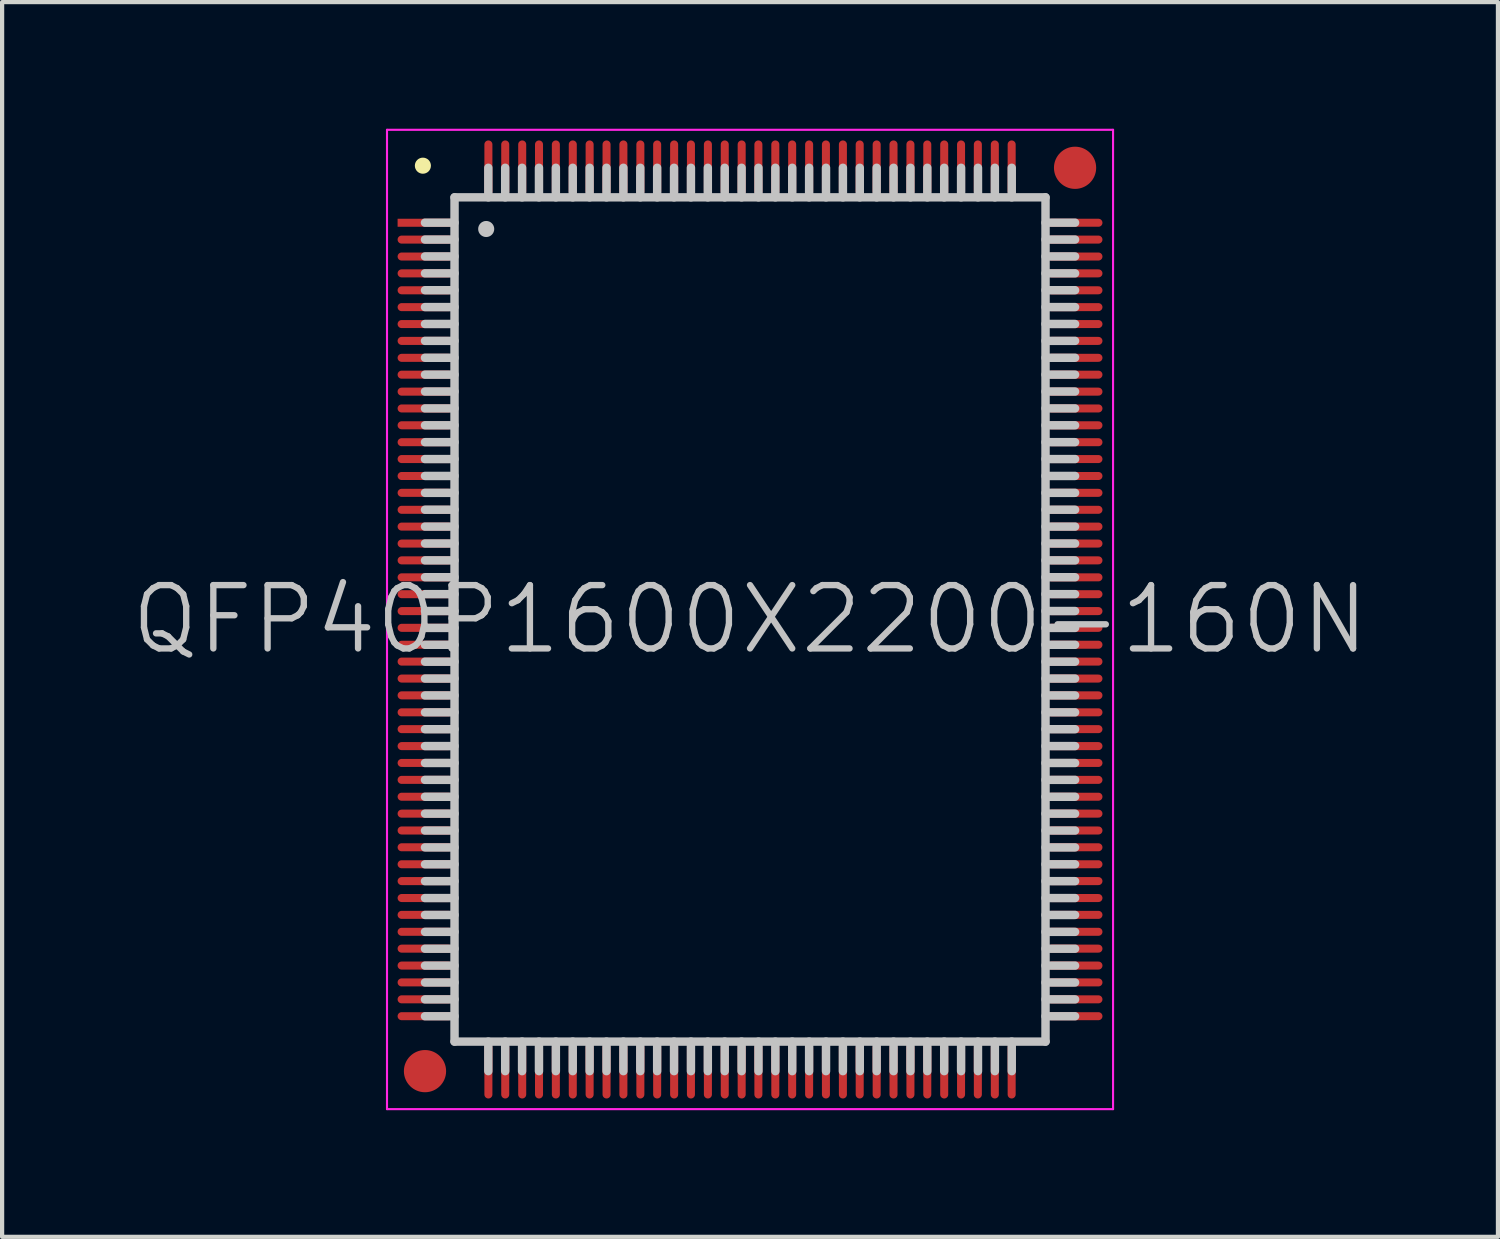
<source format=kicad_pcb>
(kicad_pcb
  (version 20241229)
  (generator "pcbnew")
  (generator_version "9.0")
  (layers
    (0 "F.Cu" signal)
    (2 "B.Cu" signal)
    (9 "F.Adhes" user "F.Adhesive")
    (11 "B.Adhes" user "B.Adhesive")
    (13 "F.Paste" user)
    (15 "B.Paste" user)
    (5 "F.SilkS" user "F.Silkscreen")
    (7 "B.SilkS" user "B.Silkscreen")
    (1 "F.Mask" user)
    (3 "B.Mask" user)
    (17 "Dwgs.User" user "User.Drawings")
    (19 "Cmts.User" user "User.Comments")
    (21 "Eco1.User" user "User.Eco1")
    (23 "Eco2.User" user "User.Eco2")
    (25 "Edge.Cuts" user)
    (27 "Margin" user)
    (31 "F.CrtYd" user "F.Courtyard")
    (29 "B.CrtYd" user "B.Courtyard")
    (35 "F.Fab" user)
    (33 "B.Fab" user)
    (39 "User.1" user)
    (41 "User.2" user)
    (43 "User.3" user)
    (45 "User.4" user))
  (footprint "QFP40P1600X2200-160N"
    (layer "F.Cu")
    (at 14.718 11.625)
    (property "Reference" "QFP40P1600X2200-160N" (at 0 0 0) (layer "Dwgs.User") (effects (font (size 1.5 1.5) (thickness 0.15))))
    (attr smd)
    (fp_line (start -7.75 -10.75) (end -7.75 -10.75) (stroke (width 0.381) (type solid)) (layer "F.SilkS"))
    (fp_line (start -7 -10) (end -7 10) (stroke (width 0.2) (type solid)) (layer "Dwgs.User"))
    (fp_line (start -7 -10) (end 7 -10) (stroke (width 0.2) (type solid)) (layer "Dwgs.User"))
    (fp_line (start -7 -9.4) (end -7.7 -9.4) (stroke (width 0.2) (type solid)) (layer "Dwgs.User"))
    (fp_line (start -7 -9) (end -7.7 -9) (stroke (width 0.2) (type solid)) (layer "Dwgs.User"))
    (fp_line (start -7 -8.6) (end -7.7 -8.6) (stroke (width 0.2) (type solid)) (layer "Dwgs.User"))
    (fp_line (start -7 -8.2) (end -7.7 -8.2) (stroke (width 0.2) (type solid)) (layer "Dwgs.User"))
    (fp_line (start -7 -7.8) (end -7.7 -7.8) (stroke (width 0.2) (type solid)) (layer "Dwgs.User"))
    (fp_line (start -7 -7.4) (end -7.7 -7.4) (stroke (width 0.2) (type solid)) (layer "Dwgs.User"))
    (fp_line (start -7 -7) (end -7.7 -7) (stroke (width 0.2) (type solid)) (layer "Dwgs.User"))
    (fp_line (start -7 -6.6) (end -7.7 -6.6) (stroke (width 0.2) (type solid)) (layer "Dwgs.User"))
    (fp_line (start -7 -6.2) (end -7.7 -6.2) (stroke (width 0.2) (type solid)) (layer "Dwgs.User"))
    (fp_line (start -7 -5.8) (end -7.7 -5.8) (stroke (width 0.2) (type solid)) (layer "Dwgs.User"))
    (fp_line (start -7 -5.4) (end -7.7 -5.4) (stroke (width 0.2) (type solid)) (layer "Dwgs.User"))
    (fp_line (start -7 -5) (end -7.7 -5) (stroke (width 0.2) (type solid)) (layer "Dwgs.User"))
    (fp_line (start -7 -4.6) (end -7.7 -4.6) (stroke (width 0.2) (type solid)) (layer "Dwgs.User"))
    (fp_line (start -7 -4.2) (end -7.7 -4.2) (stroke (width 0.2) (type solid)) (layer "Dwgs.User"))
    (fp_line (start -7 -3.8) (end -7.7 -3.8) (stroke (width 0.2) (type solid)) (layer "Dwgs.User"))
    (fp_line (start -7 -3.4) (end -7.7 -3.4) (stroke (width 0.2) (type solid)) (layer "Dwgs.User"))
    (fp_line (start -7 -3) (end -7.7 -3) (stroke (width 0.2) (type solid)) (layer "Dwgs.User"))
    (fp_line (start -7 -2.6) (end -7.7 -2.6) (stroke (width 0.2) (type solid)) (layer "Dwgs.User"))
    (fp_line (start -7 -2.2) (end -7.7 -2.2) (stroke (width 0.2) (type solid)) (layer "Dwgs.User"))
    (fp_line (start -7 -1.8) (end -7.7 -1.8) (stroke (width 0.2) (type solid)) (layer "Dwgs.User"))
    (fp_line (start -7 -1.4) (end -7.7 -1.4) (stroke (width 0.2) (type solid)) (layer "Dwgs.User"))
    (fp_line (start -7 -1) (end -7.7 -1) (stroke (width 0.2) (type solid)) (layer "Dwgs.User"))
    (fp_line (start -7 -0.6) (end -7.7 -0.6) (stroke (width 0.2) (type solid)) (layer "Dwgs.User"))
    (fp_line (start -7 -0.2) (end -7.7 -0.2) (stroke (width 0.2) (type solid)) (layer "Dwgs.User"))
    (fp_line (start -7 0.2) (end -7.7 0.2) (stroke (width 0.2) (type solid)) (layer "Dwgs.User"))
    (fp_line (start -7 0.6) (end -7.7 0.6) (stroke (width 0.2) (type solid)) (layer "Dwgs.User"))
    (fp_line (start -7 1) (end -7.7 1) (stroke (width 0.2) (type solid)) (layer "Dwgs.User"))
    (fp_line (start -7 1.4) (end -7.7 1.4) (stroke (width 0.2) (type solid)) (layer "Dwgs.User"))
    (fp_line (start -7 1.8) (end -7.7 1.8) (stroke (width 0.2) (type solid)) (layer "Dwgs.User"))
    (fp_line (start -7 2.2) (end -7.7 2.2) (stroke (width 0.2) (type solid)) (layer "Dwgs.User"))
    (fp_line (start -7 2.6) (end -7.7 2.6) (stroke (width 0.2) (type solid)) (layer "Dwgs.User"))
    (fp_line (start -7 3) (end -7.7 3) (stroke (width 0.2) (type solid)) (layer "Dwgs.User"))
    (fp_line (start -7 3.4) (end -7.7 3.4) (stroke (width 0.2) (type solid)) (layer "Dwgs.User"))
    (fp_line (start -7 3.8) (end -7.7 3.8) (stroke (width 0.2) (type solid)) (layer "Dwgs.User"))
    (fp_line (start -7 4.2) (end -7.7 4.2) (stroke (width 0.2) (type solid)) (layer "Dwgs.User"))
    (fp_line (start -7 4.6) (end -7.7 4.6) (stroke (width 0.2) (type solid)) (layer "Dwgs.User"))
    (fp_line (start -7 5) (end -7.7 5) (stroke (width 0.2) (type solid)) (layer "Dwgs.User"))
    (fp_line (start -7 5.4) (end -7.7 5.4) (stroke (width 0.2) (type solid)) (layer "Dwgs.User"))
    (fp_line (start -7 5.8) (end -7.7 5.8) (stroke (width 0.2) (type solid)) (layer "Dwgs.User"))
    (fp_line (start -7 6.2) (end -7.7 6.2) (stroke (width 0.2) (type solid)) (layer "Dwgs.User"))
    (fp_line (start -7 6.6) (end -7.7 6.6) (stroke (width 0.2) (type solid)) (layer "Dwgs.User"))
    (fp_line (start -7 7) (end -7.7 7) (stroke (width 0.2) (type solid)) (layer "Dwgs.User"))
    (fp_line (start -7 7.4) (end -7.7 7.4) (stroke (width 0.2) (type solid)) (layer "Dwgs.User"))
    (fp_line (start -7 7.8) (end -7.7 7.8) (stroke (width 0.2) (type solid)) (layer "Dwgs.User"))
    (fp_line (start -7 8.2) (end -7.7 8.2) (stroke (width 0.2) (type solid)) (layer "Dwgs.User"))
    (fp_line (start -7 8.6) (end -7.7 8.6) (stroke (width 0.2) (type solid)) (layer "Dwgs.User"))
    (fp_line (start -7 9) (end -7.7 9) (stroke (width 0.2) (type solid)) (layer "Dwgs.User"))
    (fp_line (start -7 9.4) (end -7.7 9.4) (stroke (width 0.2) (type solid)) (layer "Dwgs.User"))
    (fp_line (start -7 10) (end 7 10) (stroke (width 0.2) (type solid)) (layer "Dwgs.User"))
    (fp_line (start -6.25 -9.25) (end -6.25 -9.25) (stroke (width 0.381) (type solid)) (layer "Dwgs.User"))
    (fp_line (start -6.2 -10) (end -6.2 -10.7) (stroke (width 0.2) (type solid)) (layer "Dwgs.User"))
    (fp_line (start -6.2 10.7) (end -6.2 10) (stroke (width 0.2) (type solid)) (layer "Dwgs.User"))
    (fp_line (start -5.8 -10) (end -5.8 -10.7) (stroke (width 0.2) (type solid)) (layer "Dwgs.User"))
    (fp_line (start -5.8 10.7) (end -5.8 10) (stroke (width 0.2) (type solid)) (layer "Dwgs.User"))
    (fp_line (start -5.4 -10) (end -5.4 -10.7) (stroke (width 0.2) (type solid)) (layer "Dwgs.User"))
    (fp_line (start -5.4 10.7) (end -5.4 10) (stroke (width 0.2) (type solid)) (layer "Dwgs.User"))
    (fp_line (start -5 -10) (end -5 -10.7) (stroke (width 0.2) (type solid)) (layer "Dwgs.User"))
    (fp_line (start -5 10.7) (end -5 10) (stroke (width 0.2) (type solid)) (layer "Dwgs.User"))
    (fp_line (start -4.6 -10) (end -4.6 -10.7) (stroke (width 0.2) (type solid)) (layer "Dwgs.User"))
    (fp_line (start -4.6 10.7) (end -4.6 10) (stroke (width 0.2) (type solid)) (layer "Dwgs.User"))
    (fp_line (start -4.2 -10) (end -4.2 -10.7) (stroke (width 0.2) (type solid)) (layer "Dwgs.User"))
    (fp_line (start -4.2 10.7) (end -4.2 10) (stroke (width 0.2) (type solid)) (layer "Dwgs.User"))
    (fp_line (start -3.8 -10) (end -3.8 -10.7) (stroke (width 0.2) (type solid)) (layer "Dwgs.User"))
    (fp_line (start -3.8 10.7) (end -3.8 10) (stroke (width 0.2) (type solid)) (layer "Dwgs.User"))
    (fp_line (start -3.4 -10) (end -3.4 -10.7) (stroke (width 0.2) (type solid)) (layer "Dwgs.User"))
    (fp_line (start -3.4 10.7) (end -3.4 10) (stroke (width 0.2) (type solid)) (layer "Dwgs.User"))
    (fp_line (start -3 -10) (end -3 -10.7) (stroke (width 0.2) (type solid)) (layer "Dwgs.User"))
    (fp_line (start -3 10.7) (end -3 10) (stroke (width 0.2) (type solid)) (layer "Dwgs.User"))
    (fp_line (start -2.6 -10) (end -2.6 -10.7) (stroke (width 0.2) (type solid)) (layer "Dwgs.User"))
    (fp_line (start -2.6 10.7) (end -2.6 10) (stroke (width 0.2) (type solid)) (layer "Dwgs.User"))
    (fp_line (start -2.2 -10) (end -2.2 -10.7) (stroke (width 0.2) (type solid)) (layer "Dwgs.User"))
    (fp_line (start -2.2 10.7) (end -2.2 10) (stroke (width 0.2) (type solid)) (layer "Dwgs.User"))
    (fp_line (start -1.8 -10) (end -1.8 -10.7) (stroke (width 0.2) (type solid)) (layer "Dwgs.User"))
    (fp_line (start -1.8 10.7) (end -1.8 10) (stroke (width 0.2) (type solid)) (layer "Dwgs.User"))
    (fp_line (start -1.4 -10) (end -1.4 -10.7) (stroke (width 0.2) (type solid)) (layer "Dwgs.User"))
    (fp_line (start -1.4 10.7) (end -1.4 10) (stroke (width 0.2) (type solid)) (layer "Dwgs.User"))
    (fp_line (start -1 -10) (end -1 -10.7) (stroke (width 0.2) (type solid)) (layer "Dwgs.User"))
    (fp_line (start -1 10.7) (end -1 10) (stroke (width 0.2) (type solid)) (layer "Dwgs.User"))
    (fp_line (start -0.6 -10) (end -0.6 -10.7) (stroke (width 0.2) (type solid)) (layer "Dwgs.User"))
    (fp_line (start -0.6 10.7) (end -0.6 10) (stroke (width 0.2) (type solid)) (layer "Dwgs.User"))
    (fp_line (start -0.2 -10) (end -0.2 -10.7) (stroke (width 0.2) (type solid)) (layer "Dwgs.User"))
    (fp_line (start -0.2 10.7) (end -0.2 10) (stroke (width 0.2) (type solid)) (layer "Dwgs.User"))
    (fp_line (start 0.2 -10) (end 0.2 -10.7) (stroke (width 0.2) (type solid)) (layer "Dwgs.User"))
    (fp_line (start 0.2 10.7) (end 0.2 10) (stroke (width 0.2) (type solid)) (layer "Dwgs.User"))
    (fp_line (start 0.6 -10) (end 0.6 -10.7) (stroke (width 0.2) (type solid)) (layer "Dwgs.User"))
    (fp_line (start 0.6 10.7) (end 0.6 10) (stroke (width 0.2) (type solid)) (layer "Dwgs.User"))
    (fp_line (start 1 -10) (end 1 -10.7) (stroke (width 0.2) (type solid)) (layer "Dwgs.User"))
    (fp_line (start 1 10.7) (end 1 10) (stroke (width 0.2) (type solid)) (layer "Dwgs.User"))
    (fp_line (start 1.4 -10) (end 1.4 -10.7) (stroke (width 0.2) (type solid)) (layer "Dwgs.User"))
    (fp_line (start 1.4 10.7) (end 1.4 10) (stroke (width 0.2) (type solid)) (layer "Dwgs.User"))
    (fp_line (start 1.8 -10) (end 1.8 -10.7) (stroke (width 0.2) (type solid)) (layer "Dwgs.User"))
    (fp_line (start 1.8 10.7) (end 1.8 10) (stroke (width 0.2) (type solid)) (layer "Dwgs.User"))
    (fp_line (start 2.2 -10) (end 2.2 -10.7) (stroke (width 0.2) (type solid)) (layer "Dwgs.User"))
    (fp_line (start 2.2 10.7) (end 2.2 10) (stroke (width 0.2) (type solid)) (layer "Dwgs.User"))
    (fp_line (start 2.6 -10) (end 2.6 -10.7) (stroke (width 0.2) (type solid)) (layer "Dwgs.User"))
    (fp_line (start 2.6 10.7) (end 2.6 10) (stroke (width 0.2) (type solid)) (layer "Dwgs.User"))
    (fp_line (start 3 -10) (end 3 -10.7) (stroke (width 0.2) (type solid)) (layer "Dwgs.User"))
    (fp_line (start 3 10.7) (end 3 10) (stroke (width 0.2) (type solid)) (layer "Dwgs.User"))
    (fp_line (start 3.4 -10) (end 3.4 -10.7) (stroke (width 0.2) (type solid)) (layer "Dwgs.User"))
    (fp_line (start 3.4 10.7) (end 3.4 10) (stroke (width 0.2) (type solid)) (layer "Dwgs.User"))
    (fp_line (start 3.8 -10) (end 3.8 -10.7) (stroke (width 0.2) (type solid)) (layer "Dwgs.User"))
    (fp_line (start 3.8 10.7) (end 3.8 10) (stroke (width 0.2) (type solid)) (layer "Dwgs.User"))
    (fp_line (start 4.2 -10) (end 4.2 -10.7) (stroke (width 0.2) (type solid)) (layer "Dwgs.User"))
    (fp_line (start 4.2 10.7) (end 4.2 10) (stroke (width 0.2) (type solid)) (layer "Dwgs.User"))
    (fp_line (start 4.6 -10) (end 4.6 -10.7) (stroke (width 0.2) (type solid)) (layer "Dwgs.User"))
    (fp_line (start 4.6 10.7) (end 4.6 10) (stroke (width 0.2) (type solid)) (layer "Dwgs.User"))
    (fp_line (start 5 -10) (end 5 -10.7) (stroke (width 0.2) (type solid)) (layer "Dwgs.User"))
    (fp_line (start 5 10.7) (end 5 10) (stroke (width 0.2) (type solid)) (layer "Dwgs.User"))
    (fp_line (start 5.4 -10) (end 5.4 -10.7) (stroke (width 0.2) (type solid)) (layer "Dwgs.User"))
    (fp_line (start 5.4 10.7) (end 5.4 10) (stroke (width 0.2) (type solid)) (layer "Dwgs.User"))
    (fp_line (start 5.8 -10) (end 5.8 -10.7) (stroke (width 0.2) (type solid)) (layer "Dwgs.User"))
    (fp_line (start 5.8 10.7) (end 5.8 10) (stroke (width 0.2) (type solid)) (layer "Dwgs.User"))
    (fp_line (start 6.2 -10) (end 6.2 -10.7) (stroke (width 0.2) (type solid)) (layer "Dwgs.User"))
    (fp_line (start 6.2 10.7) (end 6.2 10) (stroke (width 0.2) (type solid)) (layer "Dwgs.User"))
    (fp_line (start 7 -10) (end 7 10) (stroke (width 0.2) (type solid)) (layer "Dwgs.User"))
    (fp_line (start 7.7 -9.4) (end 7 -9.4) (stroke (width 0.2) (type solid)) (layer "Dwgs.User"))
    (fp_line (start 7.7 -9) (end 7 -9) (stroke (width 0.2) (type solid)) (layer "Dwgs.User"))
    (fp_line (start 7.7 -8.6) (end 7 -8.6) (stroke (width 0.2) (type solid)) (layer "Dwgs.User"))
    (fp_line (start 7.7 -8.2) (end 7 -8.2) (stroke (width 0.2) (type solid)) (layer "Dwgs.User"))
    (fp_line (start 7.7 -7.8) (end 7 -7.8) (stroke (width 0.2) (type solid)) (layer "Dwgs.User"))
    (fp_line (start 7.7 -7.4) (end 7 -7.4) (stroke (width 0.2) (type solid)) (layer "Dwgs.User"))
    (fp_line (start 7.7 -7) (end 7 -7) (stroke (width 0.2) (type solid)) (layer "Dwgs.User"))
    (fp_line (start 7.7 -6.6) (end 7 -6.6) (stroke (width 0.2) (type solid)) (layer "Dwgs.User"))
    (fp_line (start 7.7 -6.2) (end 7 -6.2) (stroke (width 0.2) (type solid)) (layer "Dwgs.User"))
    (fp_line (start 7.7 -5.8) (end 7 -5.8) (stroke (width 0.2) (type solid)) (layer "Dwgs.User"))
    (fp_line (start 7.7 -5.4) (end 7 -5.4) (stroke (width 0.2) (type solid)) (layer "Dwgs.User"))
    (fp_line (start 7.7 -5) (end 7 -5) (stroke (width 0.2) (type solid)) (layer "Dwgs.User"))
    (fp_line (start 7.7 -4.6) (end 7 -4.6) (stroke (width 0.2) (type solid)) (layer "Dwgs.User"))
    (fp_line (start 7.7 -4.2) (end 7 -4.2) (stroke (width 0.2) (type solid)) (layer "Dwgs.User"))
    (fp_line (start 7.7 -3.8) (end 7 -3.8) (stroke (width 0.2) (type solid)) (layer "Dwgs.User"))
    (fp_line (start 7.7 -3.4) (end 7 -3.4) (stroke (width 0.2) (type solid)) (layer "Dwgs.User"))
    (fp_line (start 7.7 -3) (end 7 -3) (stroke (width 0.2) (type solid)) (layer "Dwgs.User"))
    (fp_line (start 7.7 -2.6) (end 7 -2.6) (stroke (width 0.2) (type solid)) (layer "Dwgs.User"))
    (fp_line (start 7.7 -2.2) (end 7 -2.2) (stroke (width 0.2) (type solid)) (layer "Dwgs.User"))
    (fp_line (start 7.7 -1.8) (end 7 -1.8) (stroke (width 0.2) (type solid)) (layer "Dwgs.User"))
    (fp_line (start 7.7 -1.4) (end 7 -1.4) (stroke (width 0.2) (type solid)) (layer "Dwgs.User"))
    (fp_line (start 7.7 -1) (end 7 -1) (stroke (width 0.2) (type solid)) (layer "Dwgs.User"))
    (fp_line (start 7.7 -0.6) (end 7 -0.6) (stroke (width 0.2) (type solid)) (layer "Dwgs.User"))
    (fp_line (start 7.7 -0.2) (end 7 -0.2) (stroke (width 0.2) (type solid)) (layer "Dwgs.User"))
    (fp_line (start 7.7 0.2) (end 7 0.2) (stroke (width 0.2) (type solid)) (layer "Dwgs.User"))
    (fp_line (start 7.7 0.6) (end 7 0.6) (stroke (width 0.2) (type solid)) (layer "Dwgs.User"))
    (fp_line (start 7.7 1) (end 7 1) (stroke (width 0.2) (type solid)) (layer "Dwgs.User"))
    (fp_line (start 7.7 1.4) (end 7 1.4) (stroke (width 0.2) (type solid)) (layer "Dwgs.User"))
    (fp_line (start 7.7 1.8) (end 7 1.8) (stroke (width 0.2) (type solid)) (layer "Dwgs.User"))
    (fp_line (start 7.7 2.2) (end 7 2.2) (stroke (width 0.2) (type solid)) (layer "Dwgs.User"))
    (fp_line (start 7.7 2.6) (end 7 2.6) (stroke (width 0.2) (type solid)) (layer "Dwgs.User"))
    (fp_line (start 7.7 3) (end 7 3) (stroke (width 0.2) (type solid)) (layer "Dwgs.User"))
    (fp_line (start 7.7 3.4) (end 7 3.4) (stroke (width 0.2) (type solid)) (layer "Dwgs.User"))
    (fp_line (start 7.7 3.8) (end 7 3.8) (stroke (width 0.2) (type solid)) (layer "Dwgs.User"))
    (fp_line (start 7.7 4.2) (end 7 4.2) (stroke (width 0.2) (type solid)) (layer "Dwgs.User"))
    (fp_line (start 7.7 4.6) (end 7 4.6) (stroke (width 0.2) (type solid)) (layer "Dwgs.User"))
    (fp_line (start 7.7 5) (end 7 5) (stroke (width 0.2) (type solid)) (layer "Dwgs.User"))
    (fp_line (start 7.7 5.4) (end 7 5.4) (stroke (width 0.2) (type solid)) (layer "Dwgs.User"))
    (fp_line (start 7.7 5.8) (end 7 5.8) (stroke (width 0.2) (type solid)) (layer "Dwgs.User"))
    (fp_line (start 7.7 6.2) (end 7 6.2) (stroke (width 0.2) (type solid)) (layer "Dwgs.User"))
    (fp_line (start 7.7 6.6) (end 7 6.6) (stroke (width 0.2) (type solid)) (layer "Dwgs.User"))
    (fp_line (start 7.7 7) (end 7 7) (stroke (width 0.2) (type solid)) (layer "Dwgs.User"))
    (fp_line (start 7.7 7.4) (end 7 7.4) (stroke (width 0.2) (type solid)) (layer "Dwgs.User"))
    (fp_line (start 7.7 7.8) (end 7 7.8) (stroke (width 0.2) (type solid)) (layer "Dwgs.User"))
    (fp_line (start 7.7 8.2) (end 7 8.2) (stroke (width 0.2) (type solid)) (layer "Dwgs.User"))
    (fp_line (start 7.7 8.6) (end 7 8.6) (stroke (width 0.2) (type solid)) (layer "Dwgs.User"))
    (fp_line (start 7.7 9) (end 7 9) (stroke (width 0.2) (type solid)) (layer "Dwgs.User"))
    (fp_line (start 7.7 9.4) (end 7 9.4) (stroke (width 0.2) (type solid)) (layer "Dwgs.User"))
    (fp_line (start -8.6 -11.6) (end -8.6 11.6) (stroke (width 0.05) (type solid)) (layer "F.CrtYd"))
    (fp_line (start -8.6 -11.6) (end 8.6 -11.6) (stroke (width 0.05) (type solid)) (layer "F.CrtYd"))
    (fp_line (start -8.6 11.6) (end 8.6 11.6) (stroke (width 0.05) (type solid)) (layer "F.CrtYd"))
    (fp_line (start 8.6 -11.6) (end 8.6 11.6) (stroke (width 0.05) (type solid)) (layer "F.CrtYd"))
    (pad "" smd circle (at -7.7 10.7) (size 1 1) (layers "F.Cu" "F.Mask"))
    (pad "" smd circle (at 7.7 -10.7) (size 1 1) (layers "F.Cu" "F.Mask"))
    (pad "1" smd rect (at -7.699 -9.398 90) (size 0.19 1.3) (layers "F.Cu" "F.Mask" "F.Paste"))
    (pad "2" smd oval (at -7.699 -8.999 90) (size 0.19 1.3) (layers "F.Cu" "F.Mask" "F.Paste"))
    (pad "3" smd oval (at -7.699 -8.598 90) (size 0.19 1.3) (layers "F.Cu" "F.Mask" "F.Paste"))
    (pad "4" smd oval (at -7.699 -8.199 90) (size 0.19 1.3) (layers "F.Cu" "F.Mask" "F.Paste"))
    (pad "5" smd oval (at -7.699 -7.798 90) (size 0.19 1.3) (layers "F.Cu" "F.Mask" "F.Paste"))
    (pad "6" smd oval (at -7.699 -7.399 90) (size 0.19 1.3) (layers "F.Cu" "F.Mask" "F.Paste"))
    (pad "7" smd oval (at -7.699 -6.998 90) (size 0.19 1.3) (layers "F.Cu" "F.Mask" "F.Paste"))
    (pad "8" smd oval (at -7.699 -6.599 90) (size 0.19 1.3) (layers "F.Cu" "F.Mask" "F.Paste"))
    (pad "9" smd oval (at -7.699 -6.198 90) (size 0.19 1.3) (layers "F.Cu" "F.Mask" "F.Paste"))
    (pad "10" smd oval (at -7.699 -5.799 90) (size 0.19 1.3) (layers "F.Cu" "F.Mask" "F.Paste"))
    (pad "11" smd oval (at -7.699 -5.397 90) (size 0.19 1.3) (layers "F.Cu" "F.Mask" "F.Paste"))
    (pad "12" smd oval (at -7.699 -4.999 90) (size 0.19 1.3) (layers "F.Cu" "F.Mask" "F.Paste"))
    (pad "13" smd oval (at -7.699 -4.6 90) (size 0.19 1.3) (layers "F.Cu" "F.Mask" "F.Paste"))
    (pad "14" smd oval (at -7.699 -4.199 90) (size 0.19 1.3) (layers "F.Cu" "F.Mask" "F.Paste"))
    (pad "15" smd oval (at -7.699 -3.8 90) (size 0.19 1.3) (layers "F.Cu" "F.Mask" "F.Paste"))
    (pad "16" smd oval (at -7.699 -3.399 90) (size 0.19 1.3) (layers "F.Cu" "F.Mask" "F.Paste"))
    (pad "17" smd oval (at -7.699 -3 90) (size 0.19 1.3) (layers "F.Cu" "F.Mask" "F.Paste"))
    (pad "18" smd oval (at -7.699 -2.598 90) (size 0.19 1.3) (layers "F.Cu" "F.Mask" "F.Paste"))
    (pad "19" smd oval (at -7.699 -2.2 90) (size 0.19 1.3) (layers "F.Cu" "F.Mask" "F.Paste"))
    (pad "20" smd oval (at -7.699 -1.798 90) (size 0.19 1.3) (layers "F.Cu" "F.Mask" "F.Paste"))
    (pad "21" smd oval (at -7.699 -1.4 90) (size 0.19 1.3) (layers "F.Cu" "F.Mask" "F.Paste"))
    (pad "22" smd oval (at -7.699 -0.998 90) (size 0.19 1.3) (layers "F.Cu" "F.Mask" "F.Paste"))
    (pad "23" smd oval (at -7.699 -0.599 90) (size 0.19 1.3) (layers "F.Cu" "F.Mask" "F.Paste"))
    (pad "24" smd oval (at -7.699 -0.198 90) (size 0.19 1.3) (layers "F.Cu" "F.Mask" "F.Paste"))
    (pad "25" smd oval (at -7.699 0.198 90) (size 0.19 1.3) (layers "F.Cu" "F.Mask" "F.Paste"))
    (pad "26" smd oval (at -7.699 0.599 90) (size 0.19 1.3) (layers "F.Cu" "F.Mask" "F.Paste"))
    (pad "27" smd oval (at -7.699 0.998 90) (size 0.19 1.3) (layers "F.Cu" "F.Mask" "F.Paste"))
    (pad "28" smd oval (at -7.699 1.4 90) (size 0.19 1.3) (layers "F.Cu" "F.Mask" "F.Paste"))
    (pad "29" smd oval (at -7.699 1.798 90) (size 0.19 1.3) (layers "F.Cu" "F.Mask" "F.Paste"))
    (pad "30" smd oval (at -7.699 2.2 90) (size 0.19 1.3) (layers "F.Cu" "F.Mask" "F.Paste"))
    (pad "31" smd oval (at -7.699 2.598 90) (size 0.19 1.3) (layers "F.Cu" "F.Mask" "F.Paste"))
    (pad "32" smd oval (at -7.699 3 90) (size 0.19 1.3) (layers "F.Cu" "F.Mask" "F.Paste"))
    (pad "33" smd oval (at -7.699 3.399 90) (size 0.19 1.3) (layers "F.Cu" "F.Mask" "F.Paste"))
    (pad "34" smd oval (at -7.699 3.8 90) (size 0.19 1.3) (layers "F.Cu" "F.Mask" "F.Paste"))
    (pad "35" smd oval (at -7.699 4.199 90) (size 0.19 1.3) (layers "F.Cu" "F.Mask" "F.Paste"))
    (pad "36" smd oval (at -7.699 4.6 90) (size 0.19 1.3) (layers "F.Cu" "F.Mask" "F.Paste"))
    (pad "37" smd oval (at -7.699 4.999 90) (size 0.19 1.3) (layers "F.Cu" "F.Mask" "F.Paste"))
    (pad "38" smd oval (at -7.699 5.397 90) (size 0.19 1.3) (layers "F.Cu" "F.Mask" "F.Paste"))
    (pad "39" smd oval (at -7.699 5.799 90) (size 0.19 1.3) (layers "F.Cu" "F.Mask" "F.Paste"))
    (pad "40" smd oval (at -7.699 6.198 90) (size 0.19 1.3) (layers "F.Cu" "F.Mask" "F.Paste"))
    (pad "41" smd oval (at -7.699 6.599 90) (size 0.19 1.3) (layers "F.Cu" "F.Mask" "F.Paste"))
    (pad "42" smd oval (at -7.699 6.998 90) (size 0.19 1.3) (layers "F.Cu" "F.Mask" "F.Paste"))
    (pad "43" smd oval (at -7.699 7.399 90) (size 0.19 1.3) (layers "F.Cu" "F.Mask" "F.Paste"))
    (pad "44" smd oval (at -7.699 7.798 90) (size 0.19 1.3) (layers "F.Cu" "F.Mask" "F.Paste"))
    (pad "45" smd oval (at -7.699 8.199 90) (size 0.19 1.3) (layers "F.Cu" "F.Mask" "F.Paste"))
    (pad "46" smd oval (at -7.699 8.598 90) (size 0.19 1.3) (layers "F.Cu" "F.Mask" "F.Paste"))
    (pad "47" smd oval (at -7.699 8.999 90) (size 0.19 1.3) (layers "F.Cu" "F.Mask" "F.Paste"))
    (pad "48" smd oval (at -7.699 9.398 90) (size 0.19 1.3) (layers "F.Cu" "F.Mask" "F.Paste"))
    (pad "49" smd oval (at -6.198 10.698 180) (size 0.19 1.3) (layers "F.Cu" "F.Mask" "F.Paste"))
    (pad "50" smd oval (at -5.799 10.698 180) (size 0.19 1.3) (layers "F.Cu" "F.Mask" "F.Paste"))
    (pad "51" smd oval (at -5.397 10.698 180) (size 0.19 1.3) (layers "F.Cu" "F.Mask" "F.Paste"))
    (pad "52" smd oval (at -4.999 10.698 180) (size 0.19 1.3) (layers "F.Cu" "F.Mask" "F.Paste"))
    (pad "53" smd oval (at -4.6 10.698 180) (size 0.19 1.3) (layers "F.Cu" "F.Mask" "F.Paste"))
    (pad "54" smd oval (at -4.199 10.698 180) (size 0.19 1.3) (layers "F.Cu" "F.Mask" "F.Paste"))
    (pad "55" smd oval (at -3.8 10.698 180) (size 0.19 1.3) (layers "F.Cu" "F.Mask" "F.Paste"))
    (pad "56" smd oval (at -3.399 10.698 180) (size 0.19 1.3) (layers "F.Cu" "F.Mask" "F.Paste"))
    (pad "57" smd oval (at -3 10.698 180) (size 0.19 1.3) (layers "F.Cu" "F.Mask" "F.Paste"))
    (pad "58" smd oval (at -2.598 10.698 180) (size 0.19 1.3) (layers "F.Cu" "F.Mask" "F.Paste"))
    (pad "59" smd oval (at -2.2 10.698 180) (size 0.19 1.3) (layers "F.Cu" "F.Mask" "F.Paste"))
    (pad "60" smd oval (at -1.798 10.698 180) (size 0.19 1.3) (layers "F.Cu" "F.Mask" "F.Paste"))
    (pad "61" smd oval (at -1.4 10.698 180) (size 0.19 1.3) (layers "F.Cu" "F.Mask" "F.Paste"))
    (pad "62" smd oval (at -0.998 10.698 180) (size 0.19 1.3) (layers "F.Cu" "F.Mask" "F.Paste"))
    (pad "63" smd oval (at -0.599 10.698 180) (size 0.19 1.3) (layers "F.Cu" "F.Mask" "F.Paste"))
    (pad "64" smd oval (at -0.198 10.698 180) (size 0.19 1.3) (layers "F.Cu" "F.Mask" "F.Paste"))
    (pad "65" smd oval (at 0.198 10.698 180) (size 0.19 1.3) (layers "F.Cu" "F.Mask" "F.Paste"))
    (pad "66" smd oval (at 0.599 10.698 180) (size 0.19 1.3) (layers "F.Cu" "F.Mask" "F.Paste"))
    (pad "67" smd oval (at 0.998 10.698 180) (size 0.19 1.3) (layers "F.Cu" "F.Mask" "F.Paste"))
    (pad "68" smd oval (at 1.4 10.698 180) (size 0.19 1.3) (layers "F.Cu" "F.Mask" "F.Paste"))
    (pad "69" smd oval (at 1.798 10.698 180) (size 0.19 1.3) (layers "F.Cu" "F.Mask" "F.Paste"))
    (pad "70" smd oval (at 2.2 10.698 180) (size 0.19 1.3) (layers "F.Cu" "F.Mask" "F.Paste"))
    (pad "71" smd oval (at 2.598 10.698 180) (size 0.19 1.3) (layers "F.Cu" "F.Mask" "F.Paste"))
    (pad "72" smd oval (at 3 10.698 180) (size 0.19 1.3) (layers "F.Cu" "F.Mask" "F.Paste"))
    (pad "73" smd oval (at 3.399 10.698 180) (size 0.19 1.3) (layers "F.Cu" "F.Mask" "F.Paste"))
    (pad "74" smd oval (at 3.8 10.698 180) (size 0.19 1.3) (layers "F.Cu" "F.Mask" "F.Paste"))
    (pad "75" smd oval (at 4.199 10.698 180) (size 0.19 1.3) (layers "F.Cu" "F.Mask" "F.Paste"))
    (pad "76" smd oval (at 4.6 10.698 180) (size 0.19 1.3) (layers "F.Cu" "F.Mask" "F.Paste"))
    (pad "77" smd oval (at 4.999 10.698 180) (size 0.19 1.3) (layers "F.Cu" "F.Mask" "F.Paste"))
    (pad "78" smd oval (at 5.397 10.698 180) (size 0.19 1.3) (layers "F.Cu" "F.Mask" "F.Paste"))
    (pad "79" smd oval (at 5.799 10.698 180) (size 0.19 1.3) (layers "F.Cu" "F.Mask" "F.Paste"))
    (pad "80" smd oval (at 6.198 10.698 180) (size 0.19 1.3) (layers "F.Cu" "F.Mask" "F.Paste"))
    (pad "81" smd oval (at 7.699 9.398 270) (size 0.19 1.3) (layers "F.Cu" "F.Mask" "F.Paste"))
    (pad "82" smd oval (at 7.699 8.999 270) (size 0.19 1.3) (layers "F.Cu" "F.Mask" "F.Paste"))
    (pad "83" smd oval (at 7.699 8.598 270) (size 0.19 1.3) (layers "F.Cu" "F.Mask" "F.Paste"))
    (pad "84" smd oval (at 7.699 8.199 270) (size 0.19 1.3) (layers "F.Cu" "F.Mask" "F.Paste"))
    (pad "85" smd oval (at 7.699 7.798 270) (size 0.19 1.3) (layers "F.Cu" "F.Mask" "F.Paste"))
    (pad "86" smd oval (at 7.699 7.399 270) (size 0.19 1.3) (layers "F.Cu" "F.Mask" "F.Paste"))
    (pad "87" smd oval (at 7.699 6.998 270) (size 0.19 1.3) (layers "F.Cu" "F.Mask" "F.Paste"))
    (pad "88" smd oval (at 7.699 6.599 270) (size 0.19 1.3) (layers "F.Cu" "F.Mask" "F.Paste"))
    (pad "89" smd oval (at 7.699 6.198 270) (size 0.19 1.3) (layers "F.Cu" "F.Mask" "F.Paste"))
    (pad "90" smd oval (at 7.699 5.799 270) (size 0.19 1.3) (layers "F.Cu" "F.Mask" "F.Paste"))
    (pad "91" smd oval (at 7.699 5.397 270) (size 0.19 1.3) (layers "F.Cu" "F.Mask" "F.Paste"))
    (pad "92" smd oval (at 7.699 4.999 270) (size 0.19 1.3) (layers "F.Cu" "F.Mask" "F.Paste"))
    (pad "93" smd oval (at 7.699 4.6 270) (size 0.19 1.3) (layers "F.Cu" "F.Mask" "F.Paste"))
    (pad "94" smd oval (at 7.699 4.199 270) (size 0.19 1.3) (layers "F.Cu" "F.Mask" "F.Paste"))
    (pad "95" smd oval (at 7.699 3.8 270) (size 0.19 1.3) (layers "F.Cu" "F.Mask" "F.Paste"))
    (pad "96" smd oval (at 7.699 3.399 270) (size 0.19 1.3) (layers "F.Cu" "F.Mask" "F.Paste"))
    (pad "97" smd oval (at 7.699 3 270) (size 0.19 1.3) (layers "F.Cu" "F.Mask" "F.Paste"))
    (pad "98" smd oval (at 7.699 2.598 270) (size 0.19 1.3) (layers "F.Cu" "F.Mask" "F.Paste"))
    (pad "99" smd oval (at 7.699 2.2 270) (size 0.19 1.3) (layers "F.Cu" "F.Mask" "F.Paste"))
    (pad "100" smd oval (at 7.699 1.798 270) (size 0.19 1.3) (layers "F.Cu" "F.Mask" "F.Paste"))
    (pad "101" smd oval (at 7.699 1.4 270) (size 0.19 1.3) (layers "F.Cu" "F.Mask" "F.Paste"))
    (pad "102" smd oval (at 7.699 0.998 270) (size 0.19 1.3) (layers "F.Cu" "F.Mask" "F.Paste"))
    (pad "103" smd oval (at 7.699 0.599 270) (size 0.19 1.3) (layers "F.Cu" "F.Mask" "F.Paste"))
    (pad "104" smd oval (at 7.699 0.198 270) (size 0.19 1.3) (layers "F.Cu" "F.Mask" "F.Paste"))
    (pad "105" smd oval (at 7.699 -0.198 270) (size 0.19 1.3) (layers "F.Cu" "F.Mask" "F.Paste"))
    (pad "106" smd oval (at 7.699 -0.599 270) (size 0.19 1.3) (layers "F.Cu" "F.Mask" "F.Paste"))
    (pad "107" smd oval (at 7.699 -0.998 270) (size 0.19 1.3) (layers "F.Cu" "F.Mask" "F.Paste"))
    (pad "108" smd oval (at 7.699 -1.4 270) (size 0.19 1.3) (layers "F.Cu" "F.Mask" "F.Paste"))
    (pad "109" smd oval (at 7.699 -1.798 270) (size 0.19 1.3) (layers "F.Cu" "F.Mask" "F.Paste"))
    (pad "110" smd oval (at 7.699 -2.2 270) (size 0.19 1.3) (layers "F.Cu" "F.Mask" "F.Paste"))
    (pad "111" smd oval (at 7.699 -2.598 270) (size 0.19 1.3) (layers "F.Cu" "F.Mask" "F.Paste"))
    (pad "112" smd oval (at 7.699 -3 270) (size 0.19 1.3) (layers "F.Cu" "F.Mask" "F.Paste"))
    (pad "113" smd oval (at 7.699 -3.399 270) (size 0.19 1.3) (layers "F.Cu" "F.Mask" "F.Paste"))
    (pad "114" smd oval (at 7.699 -3.8 270) (size 0.19 1.3) (layers "F.Cu" "F.Mask" "F.Paste"))
    (pad "115" smd oval (at 7.699 -4.199 270) (size 0.19 1.3) (layers "F.Cu" "F.Mask" "F.Paste"))
    (pad "116" smd oval (at 7.699 -4.6 270) (size 0.19 1.3) (layers "F.Cu" "F.Mask" "F.Paste"))
    (pad "117" smd oval (at 7.699 -4.999 270) (size 0.19 1.3) (layers "F.Cu" "F.Mask" "F.Paste"))
    (pad "118" smd oval (at 7.699 -5.397 270) (size 0.19 1.3) (layers "F.Cu" "F.Mask" "F.Paste"))
    (pad "119" smd oval (at 7.699 -5.799 270) (size 0.19 1.3) (layers "F.Cu" "F.Mask" "F.Paste"))
    (pad "120" smd oval (at 7.699 -6.198 270) (size 0.19 1.3) (layers "F.Cu" "F.Mask" "F.Paste"))
    (pad "121" smd oval (at 7.699 -6.599 270) (size 0.19 1.3) (layers "F.Cu" "F.Mask" "F.Paste"))
    (pad "122" smd oval (at 7.699 -6.998 270) (size 0.19 1.3) (layers "F.Cu" "F.Mask" "F.Paste"))
    (pad "123" smd oval (at 7.699 -7.399 270) (size 0.19 1.3) (layers "F.Cu" "F.Mask" "F.Paste"))
    (pad "124" smd oval (at 7.699 -7.798 270) (size 0.19 1.3) (layers "F.Cu" "F.Mask" "F.Paste"))
    (pad "125" smd oval (at 7.699 -8.199 270) (size 0.19 1.3) (layers "F.Cu" "F.Mask" "F.Paste"))
    (pad "126" smd oval (at 7.699 -8.598 270) (size 0.19 1.3) (layers "F.Cu" "F.Mask" "F.Paste"))
    (pad "127" smd oval (at 7.699 -8.999 270) (size 0.19 1.3) (layers "F.Cu" "F.Mask" "F.Paste"))
    (pad "128" smd oval (at 7.699 -9.398 270) (size 0.19 1.3) (layers "F.Cu" "F.Mask" "F.Paste"))
    (pad "129" smd oval (at 6.198 -10.698) (size 0.19 1.3) (layers "F.Cu" "F.Mask" "F.Paste"))
    (pad "130" smd oval (at 5.799 -10.698) (size 0.19 1.3) (layers "F.Cu" "F.Mask" "F.Paste"))
    (pad "131" smd oval (at 5.397 -10.698) (size 0.19 1.3) (layers "F.Cu" "F.Mask" "F.Paste"))
    (pad "132" smd oval (at 4.999 -10.698) (size 0.19 1.3) (layers "F.Cu" "F.Mask" "F.Paste"))
    (pad "133" smd oval (at 4.6 -10.698) (size 0.19 1.3) (layers "F.Cu" "F.Mask" "F.Paste"))
    (pad "134" smd oval (at 4.199 -10.698) (size 0.19 1.3) (layers "F.Cu" "F.Mask" "F.Paste"))
    (pad "135" smd oval (at 3.8 -10.698) (size 0.19 1.3) (layers "F.Cu" "F.Mask" "F.Paste"))
    (pad "136" smd oval (at 3.399 -10.698) (size 0.19 1.3) (layers "F.Cu" "F.Mask" "F.Paste"))
    (pad "137" smd oval (at 3 -10.698) (size 0.19 1.3) (layers "F.Cu" "F.Mask" "F.Paste"))
    (pad "138" smd oval (at 2.598 -10.698) (size 0.19 1.3) (layers "F.Cu" "F.Mask" "F.Paste"))
    (pad "139" smd oval (at 2.2 -10.698) (size 0.19 1.3) (layers "F.Cu" "F.Mask" "F.Paste"))
    (pad "140" smd oval (at 1.798 -10.698) (size 0.19 1.3) (layers "F.Cu" "F.Mask" "F.Paste"))
    (pad "141" smd oval (at 1.4 -10.698) (size 0.19 1.3) (layers "F.Cu" "F.Mask" "F.Paste"))
    (pad "142" smd oval (at 0.998 -10.698) (size 0.19 1.3) (layers "F.Cu" "F.Mask" "F.Paste"))
    (pad "143" smd oval (at 0.599 -10.698) (size 0.19 1.3) (layers "F.Cu" "F.Mask" "F.Paste"))
    (pad "144" smd oval (at 0.198 -10.698) (size 0.19 1.3) (layers "F.Cu" "F.Mask" "F.Paste"))
    (pad "145" smd oval (at -0.198 -10.698) (size 0.19 1.3) (layers "F.Cu" "F.Mask" "F.Paste"))
    (pad "146" smd oval (at -0.599 -10.698) (size 0.19 1.3) (layers "F.Cu" "F.Mask" "F.Paste"))
    (pad "147" smd oval (at -0.998 -10.698) (size 0.19 1.3) (layers "F.Cu" "F.Mask" "F.Paste"))
    (pad "148" smd oval (at -1.4 -10.698) (size 0.19 1.3) (layers "F.Cu" "F.Mask" "F.Paste"))
    (pad "149" smd oval (at -1.798 -10.698) (size 0.19 1.3) (layers "F.Cu" "F.Mask" "F.Paste"))
    (pad "150" smd oval (at -2.2 -10.698) (size 0.19 1.3) (layers "F.Cu" "F.Mask" "F.Paste"))
    (pad "151" smd oval (at -2.598 -10.698) (size 0.19 1.3) (layers "F.Cu" "F.Mask" "F.Paste"))
    (pad "152" smd oval (at -3 -10.698) (size 0.19 1.3) (layers "F.Cu" "F.Mask" "F.Paste"))
    (pad "153" smd oval (at -3.399 -10.698) (size 0.19 1.3) (layers "F.Cu" "F.Mask" "F.Paste"))
    (pad "154" smd oval (at -3.8 -10.698) (size 0.19 1.3) (layers "F.Cu" "F.Mask" "F.Paste"))
    (pad "155" smd oval (at -4.199 -10.698) (size 0.19 1.3) (layers "F.Cu" "F.Mask" "F.Paste"))
    (pad "156" smd oval (at -4.6 -10.698) (size 0.19 1.3) (layers "F.Cu" "F.Mask" "F.Paste"))
    (pad "157" smd oval (at -4.999 -10.698) (size 0.19 1.3) (layers "F.Cu" "F.Mask" "F.Paste"))
    (pad "158" smd oval (at -5.397 -10.698) (size 0.19 1.3) (layers "F.Cu" "F.Mask" "F.Paste"))
    (pad "159" smd oval (at -5.799 -10.698) (size 0.19 1.3) (layers "F.Cu" "F.Mask" "F.Paste"))
    (pad "160" smd oval (at -6.198 -10.698) (size 0.19 1.3) (layers "F.Cu" "F.Mask" "F.Paste")))
  (gr_rect
    (start -3 -3)
    (end 32.436 26.25)
    (stroke (width 0.1) (type default))
    (fill no)
    (layer "Edge.Cuts")))
</source>
